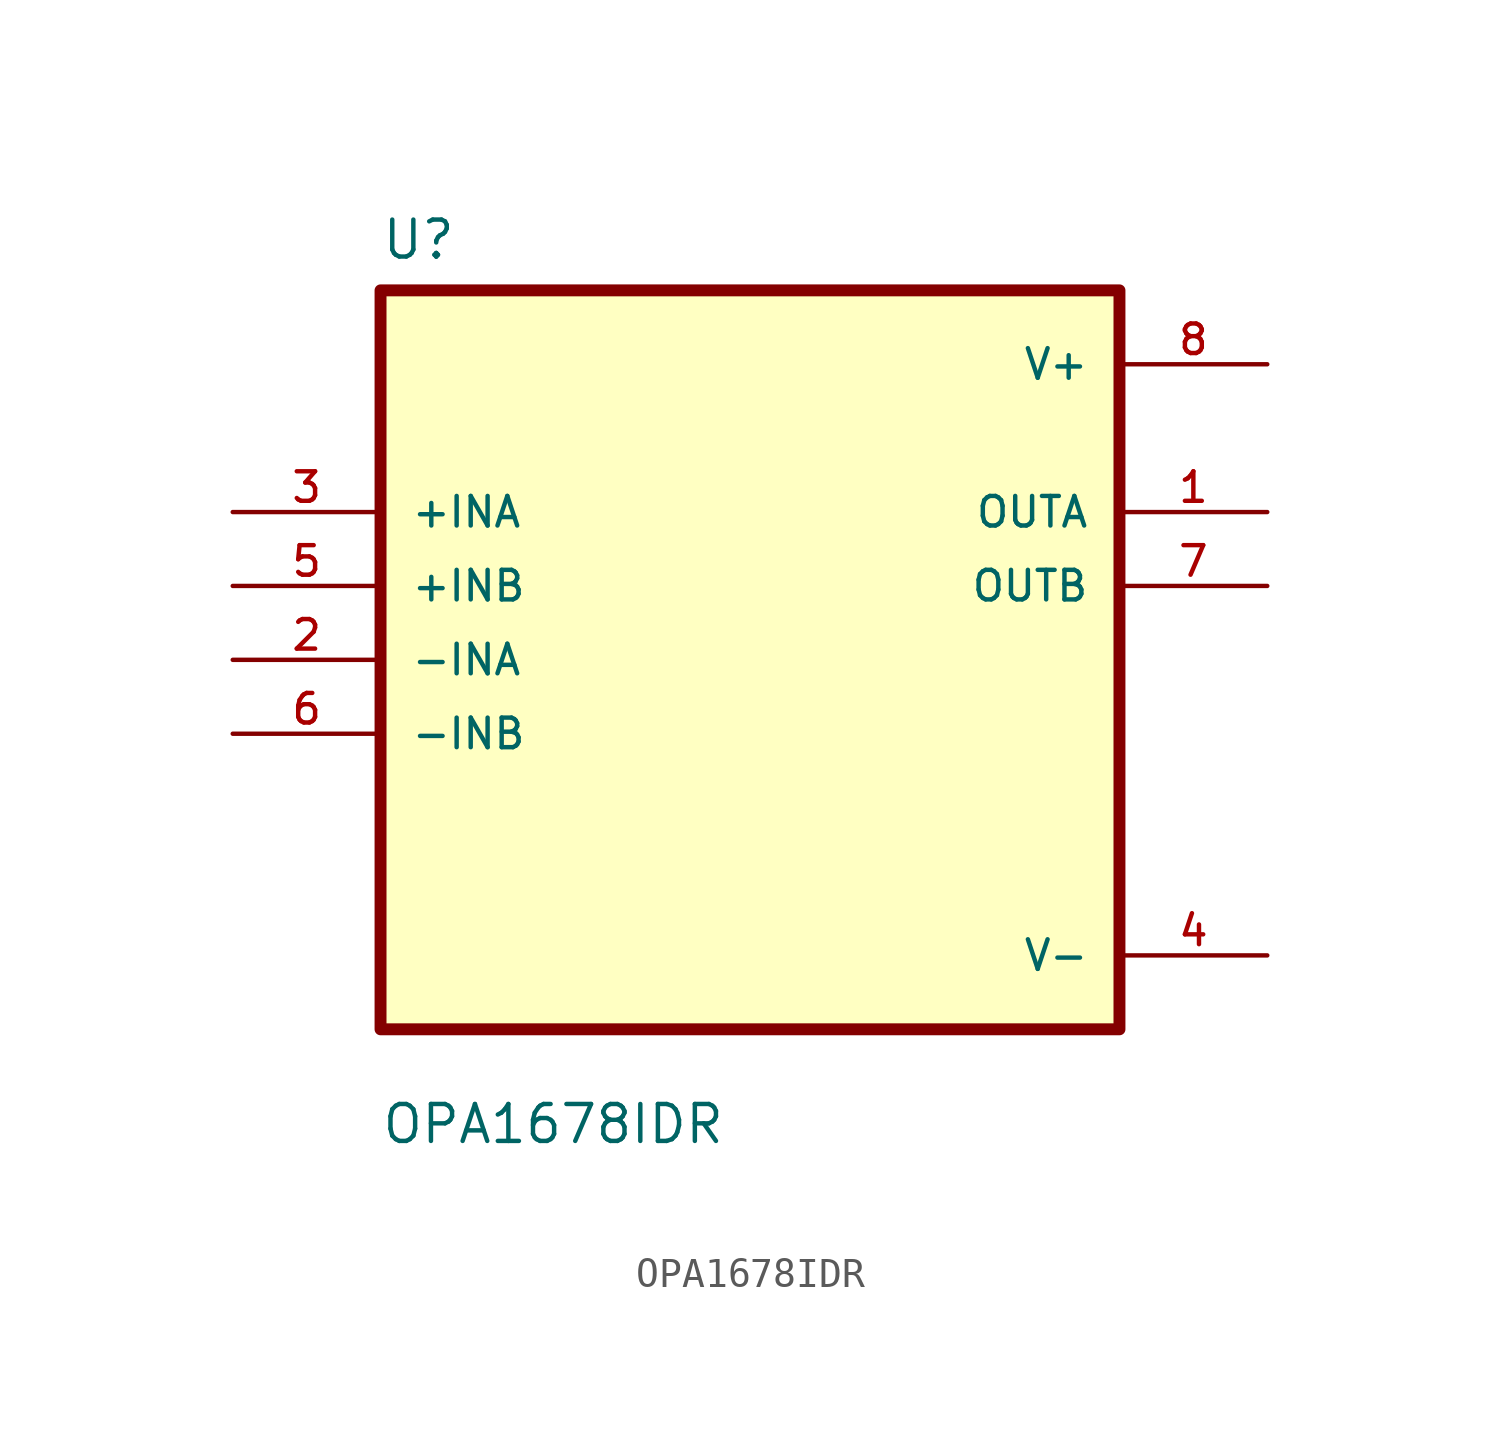
<source format=kicad_sym>
(kicad_symbol_lib
  (version 20211014)
  (generator kicad_symbol_editor)
  (symbol "OPA1678IDR"
    (pin_names
      (offset 1.016))
    (property "Reference" "U"
      (at -12.7 13.7 0.0)
      (effects (font (size 1.27 1.27)) (justify bottom left)))
    (property "Value" "OPA1678IDR"
      (at -12.7 -16.7 0.0)
      (effects (font (size 1.27 1.27)) (justify bottom left)))
    (symbol "OPA1678IDR_0_0"
      (rectangle (start -12.7 -12.7) (end 12.7 12.7) (stroke (width 0.41)) (fill (type background)))
      (pin input line (at -17.78 5.08 0) (length 5.08) (name "+INA" (effects (font (size 1.016 1.016)))) (number "3" (effects (font (size 1.016 1.016)))))
      (pin input line (at -17.78 2.54 0) (length 5.08) (name "+INB" (effects (font (size 1.016 1.016)))) (number "5" (effects (font (size 1.016 1.016)))))
      (pin input line (at -17.78 -8.88178e-16 0) (length 5.08) (name "-INA" (effects (font (size 1.016 1.016)))) (number "2" (effects (font (size 1.016 1.016)))))
      (pin input line (at -17.78 -2.54 0) (length 5.08) (name "-INB" (effects (font (size 1.016 1.016)))) (number "6" (effects (font (size 1.016 1.016)))))
      (pin power_in line (at 17.78 10.16 180.0) (length 5.08) (name "V+" (effects (font (size 1.016 1.016)))) (number "8" (effects (font (size 1.016 1.016)))))
      (pin output line (at 17.78 5.08 180.0) (length 5.08) (name "OUTA" (effects (font (size 1.016 1.016)))) (number "1" (effects (font (size 1.016 1.016)))))
      (pin output line (at 17.78 2.54 180.0) (length 5.08) (name "OUTB" (effects (font (size 1.016 1.016)))) (number "7" (effects (font (size 1.016 1.016)))))
      (pin power_in line (at 17.78 -10.16 180.0) (length 5.08) (name "V-" (effects (font (size 1.016 1.016)))) (number "4" (effects (font (size 1.016 1.016))))))))
</source>
